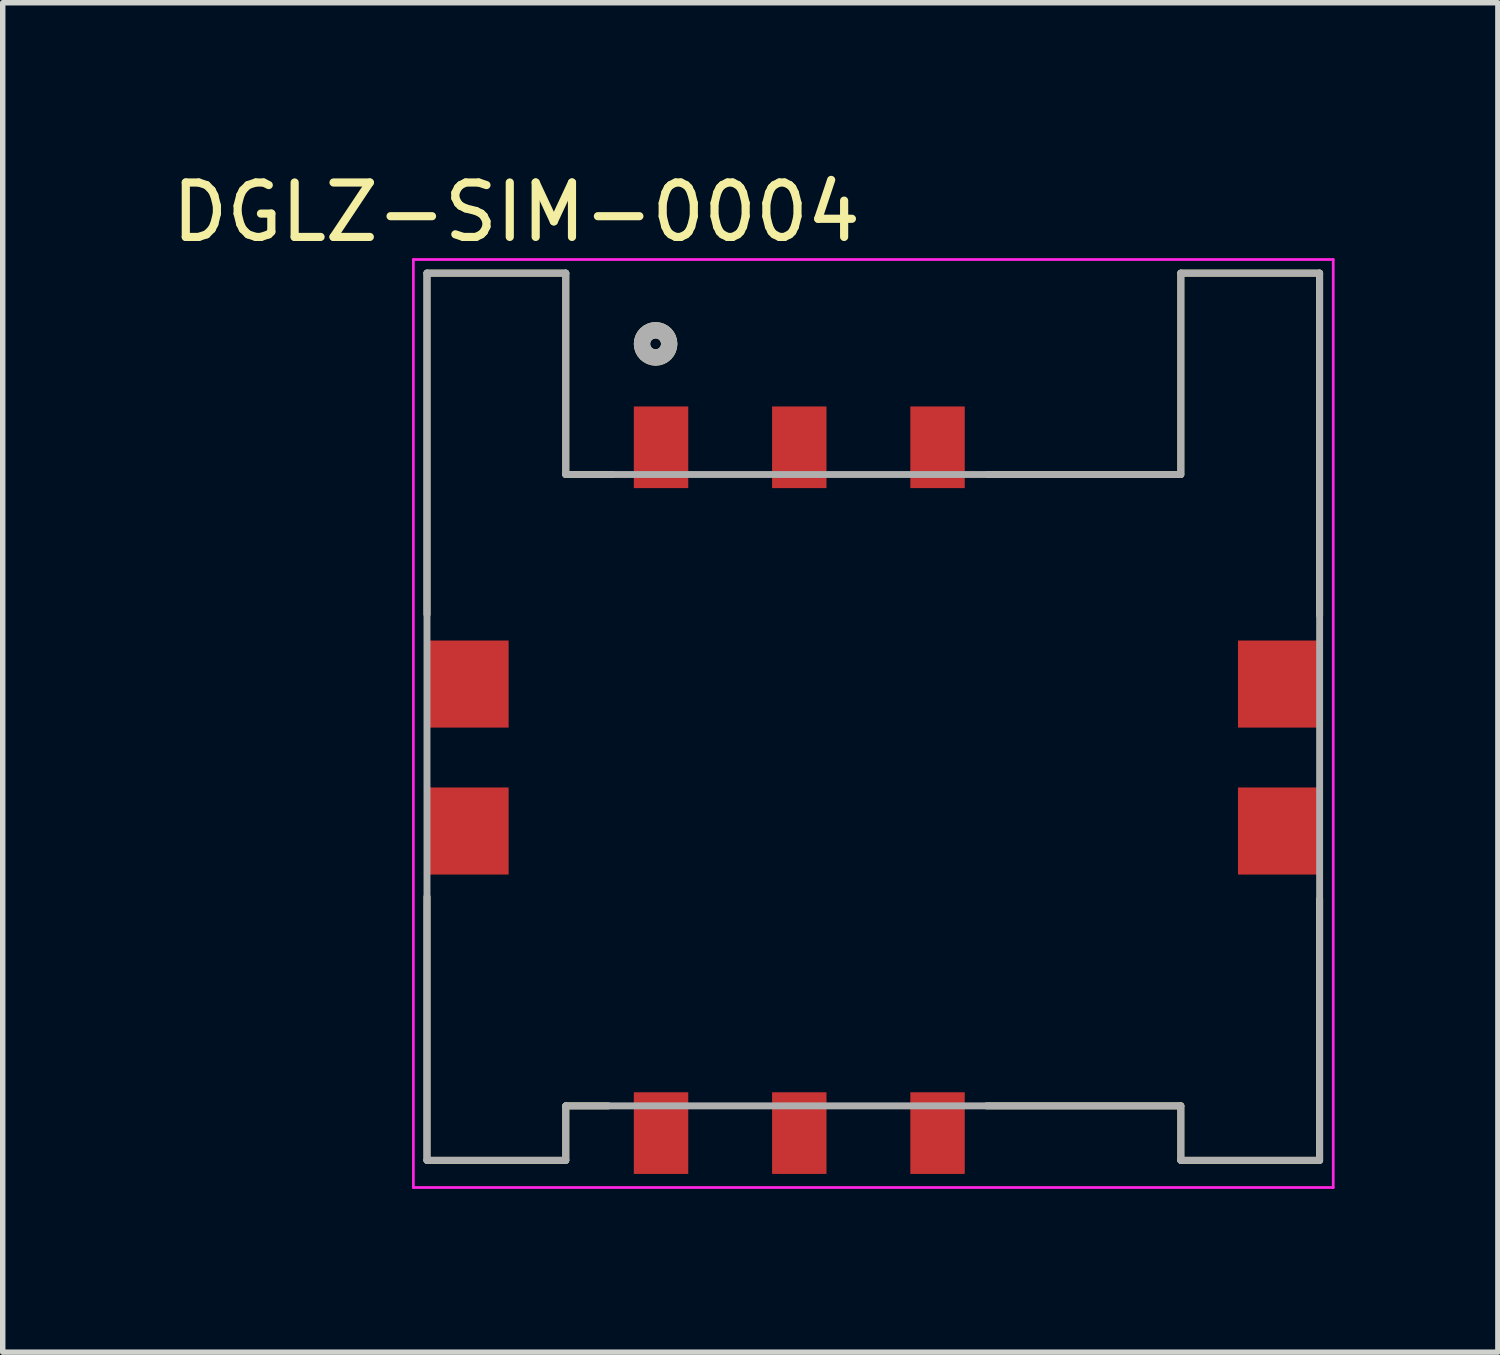
<source format=kicad_pcb>
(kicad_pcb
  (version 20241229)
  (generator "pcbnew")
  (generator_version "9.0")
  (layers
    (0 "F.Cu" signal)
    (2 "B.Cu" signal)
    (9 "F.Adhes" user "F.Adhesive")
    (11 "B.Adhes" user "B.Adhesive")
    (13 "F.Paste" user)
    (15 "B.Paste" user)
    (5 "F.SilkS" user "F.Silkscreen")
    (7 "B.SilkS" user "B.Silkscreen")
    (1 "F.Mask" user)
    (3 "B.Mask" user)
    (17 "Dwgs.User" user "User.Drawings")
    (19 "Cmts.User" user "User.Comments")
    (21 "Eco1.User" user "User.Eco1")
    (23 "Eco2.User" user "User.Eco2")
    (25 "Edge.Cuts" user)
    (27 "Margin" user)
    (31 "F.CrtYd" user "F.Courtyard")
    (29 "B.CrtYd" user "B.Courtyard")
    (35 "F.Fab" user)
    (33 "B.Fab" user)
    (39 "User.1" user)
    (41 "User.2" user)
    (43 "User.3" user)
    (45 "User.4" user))
  (footprint "DGLZ-SIM-0004"
    (layer "F.Cu")
    (at 12.835 10.828)
    (property "Reference" "DGLZ-SIM-0004" (at -6.4 -9.98 180) (layer "F.SilkS") (effects (font (size 1 1) (thickness 0.15))))
    (attr smd)
    (fp_line (start -8.04 -8.86) (end -5.49 -8.86) (stroke (width 0.127) (type solid)) (layer "F.SilkS"))
    (fp_line (start -8.04 -2.59) (end -8.04 -8.86) (stroke (width 0.127) (type solid)) (layer "F.SilkS"))
    (fp_line (start -8.04 2.6) (end -8.04 7.44) (stroke (width 0.127) (type solid)) (layer "F.SilkS"))
    (fp_line (start -8.04 7.44) (end -5.49 7.44) (stroke (width 0.127) (type solid)) (layer "F.SilkS"))
    (fp_line (start -5.49 -8.86) (end -5.49 -5.16) (stroke (width 0.127) (type solid)) (layer "F.SilkS"))
    (fp_line (start -5.49 6.44) (end -5.49 7.44) (stroke (width 0.127) (type solid)) (layer "F.SilkS"))
    (fp_line (start -4.71 6.44) (end -5.49 6.44) (stroke (width 0.127) (type solid)) (layer "F.SilkS"))
    (fp_line (start -4.63 -5.16) (end -5.49 -5.16) (stroke (width 0.127) (type solid)) (layer "F.SilkS"))
    (fp_line (start 2.24 6.44) (end 5.81 6.44) (stroke (width 0.127) (type solid)) (layer "F.SilkS"))
    (fp_line (start 2.26 -5.16) (end 5.79 -5.16) (stroke (width 0.127) (type solid)) (layer "F.SilkS"))
    (fp_line (start 5.81 -5.16) (end 5.81 -8.86) (stroke (width 0.127) (type solid)) (layer "F.SilkS"))
    (fp_line (start 5.81 7.44) (end 5.81 6.44) (stroke (width 0.127) (type solid)) (layer "F.SilkS"))
    (fp_line (start 8.36 -8.86) (end 5.81 -8.86) (stroke (width 0.127) (type solid)) (layer "F.SilkS"))
    (fp_line (start 8.36 -2.57) (end 8.36 -8.86) (stroke (width 0.127) (type solid)) (layer "F.SilkS"))
    (fp_line (start 8.36 2.64) (end 8.36 7.44) (stroke (width 0.127) (type solid)) (layer "F.SilkS"))
    (fp_line (start 8.36 7.44) (end 5.81 7.44) (stroke (width 0.127) (type solid)) (layer "F.SilkS"))
    (fp_circle (center -3.84 -7.56) (end -3.74 -7.56) (stroke (width 0.3) (type solid)) (fill no) (layer "F.SilkS"))
    (fp_line (start -8.29 -9.11) (end 8.61 -9.11) (stroke (width 0.05) (type solid)) (layer "F.CrtYd"))
    (fp_line (start -8.29 7.94) (end -8.29 -9.11) (stroke (width 0.05) (type solid)) (layer "F.CrtYd"))
    (fp_line (start 8.61 -9.11) (end 8.61 7.94) (stroke (width 0.05) (type solid)) (layer "F.CrtYd"))
    (fp_line (start 8.61 7.94) (end -8.29 7.94) (stroke (width 0.05) (type solid)) (layer "F.CrtYd"))
    (fp_line (start -8.04 -8.86) (end -8.04 7.44) (stroke (width 0.127) (type solid)) (layer "F.Fab"))
    (fp_line (start -8.04 -8.86) (end -5.49 -8.86) (stroke (width 0.127) (type solid)) (layer "F.Fab"))
    (fp_line (start -8.04 7.44) (end -5.49 7.44) (stroke (width 0.127) (type solid)) (layer "F.Fab"))
    (fp_line (start -5.49 -8.86) (end -5.49 -5.16) (stroke (width 0.127) (type solid)) (layer "F.Fab"))
    (fp_line (start -5.49 -5.16) (end 5.81 -5.16) (stroke (width 0.127) (type solid)) (layer "F.Fab"))
    (fp_line (start -5.49 7.44) (end -5.49 6.44) (stroke (width 0.127) (type solid)) (layer "F.Fab"))
    (fp_line (start 5.81 -8.86) (end 5.81 -5.16) (stroke (width 0.127) (type solid)) (layer "F.Fab"))
    (fp_line (start 5.81 6.44) (end -5.49 6.44) (stroke (width 0.127) (type solid)) (layer "F.Fab"))
    (fp_line (start 5.81 7.44) (end 5.81 6.44) (stroke (width 0.127) (type solid)) (layer "F.Fab"))
    (fp_line (start 8.36 -8.86) (end 5.81 -8.86) (stroke (width 0.127) (type solid)) (layer "F.Fab"))
    (fp_line (start 8.36 7.44) (end 5.81 7.44) (stroke (width 0.127) (type solid)) (layer "F.Fab"))
    (fp_line (start 8.36 7.44) (end 8.36 -8.86) (stroke (width 0.127) (type solid)) (layer "F.Fab"))
    (fp_circle (center -3.84 -7.56) (end -3.94 -7.56) (stroke (width 0.3) (type solid)) (fill no) (layer "F.Fab"))
    (pad "1" smd rect (at -3.74 -5.66 180) (size 1 1.5) (layers "F.Cu" "F.Mask" "F.Paste"))
    (pad "2" smd rect (at -1.2 -5.66 180) (size 1 1.5) (layers "F.Cu" "F.Mask" "F.Paste"))
    (pad "3" smd rect (at 1.34 -5.66 180) (size 1 1.5) (layers "F.Cu" "F.Mask" "F.Paste"))
    (pad "4" smd rect (at -3.74 6.94 180) (size 1 1.5) (layers "F.Cu" "F.Mask" "F.Paste"))
    (pad "5" smd rect (at -1.2 6.94 180) (size 1 1.5) (layers "F.Cu" "F.Mask" "F.Paste"))
    (pad "6" smd rect (at 1.34 6.94 180) (size 1 1.5) (layers "F.Cu" "F.Mask" "F.Paste"))
    (pad "S1" smd rect (at 7.61 1.39 180) (size 1.5 1.6) (layers "F.Cu" "F.Mask" "F.Paste"))
    (pad "S2" smd rect (at 7.61 -1.31 180) (size 1.5 1.6) (layers "F.Cu" "F.Mask" "F.Paste"))
    (pad "S3" smd rect (at -7.29 1.39 180) (size 1.5 1.6) (layers "F.Cu" "F.Mask" "F.Paste"))
    (pad "S4" smd rect (at -7.29 -1.31 180) (size 1.5 1.6) (layers "F.Cu" "F.Mask" "F.Paste"))
    (zone (net_name "") (layer "F.Cu") (hatch edge 0.508) (connect_pads) (min_thickness 0.127) (filled_areas_thickness no) (keepout (tracks not_allowed) (vias not_allowed) (pads not_allowed) (copperpour not_allowed) (footprints allowed)) (placement (enabled no)) (fill) (polygon (pts (xy 9.595 7.668) (xy 8.595 7.668) (xy 8.595 6.468) (xy 9.595 6.468))))
    (zone (net_name "") (layer "F.Cu") (hatch edge 0.508) (connect_pads) (min_thickness 0.127) (filled_areas_thickness no) (keepout (tracks not_allowed) (vias not_allowed) (pads not_allowed) (copperpour not_allowed) (footprints allowed)) (placement (enabled no)) (fill) (polygon (pts (xy 9.595 16.468) (xy 8.595 16.468) (xy 8.595 15.268) (xy 9.595 15.268))))
    (zone (net_name "") (layer "F.Cu") (hatch edge 0.508) (connect_pads) (min_thickness 0.127) (filled_areas_thickness no) (keepout (tracks not_allowed) (vias not_allowed) (pads not_allowed) (copperpour not_allowed) (footprints allowed)) (placement (enabled no)) (fill) (polygon (pts (xy 12.135 7.668) (xy 11.135 7.668) (xy 11.135 6.468) (xy 12.135 6.468))))
    (zone (net_name "") (layer "F.Cu") (hatch edge 0.508) (connect_pads) (min_thickness 0.127) (filled_areas_thickness no) (keepout (tracks not_allowed) (vias not_allowed) (pads not_allowed) (copperpour not_allowed) (footprints allowed)) (placement (enabled no)) (fill) (polygon (pts (xy 12.135 16.468) (xy 11.135 16.468) (xy 11.135 15.268) (xy 12.135 15.268))))
    (zone (net_name "") (layer "F.Cu") (hatch edge 0.508) (connect_pads) (min_thickness 0.127) (filled_areas_thickness no) (keepout (tracks not_allowed) (vias not_allowed) (pads not_allowed) (copperpour not_allowed) (footprints allowed)) (placement (enabled no)) (fill) (polygon (pts (xy 14.675 7.668) (xy 13.675 7.668) (xy 13.675 6.468) (xy 14.675 6.468))))
    (zone (net_name "") (layer "F.Cu") (hatch edge 0.508) (connect_pads) (min_thickness 0.127) (filled_areas_thickness no) (keepout (tracks not_allowed) (vias not_allowed) (pads not_allowed) (copperpour not_allowed) (footprints allowed)) (placement (enabled no)) (fill) (polygon (pts (xy 14.675 16.468) (xy 13.675 16.468) (xy 13.675 15.268) (xy 14.675 15.268)))))
  (gr_rect
    (start -3 -3)
    (end 24.47 21.793)
    (stroke (width 0.1) (type default))
    (fill no)
    (layer "Edge.Cuts")))
</source>
